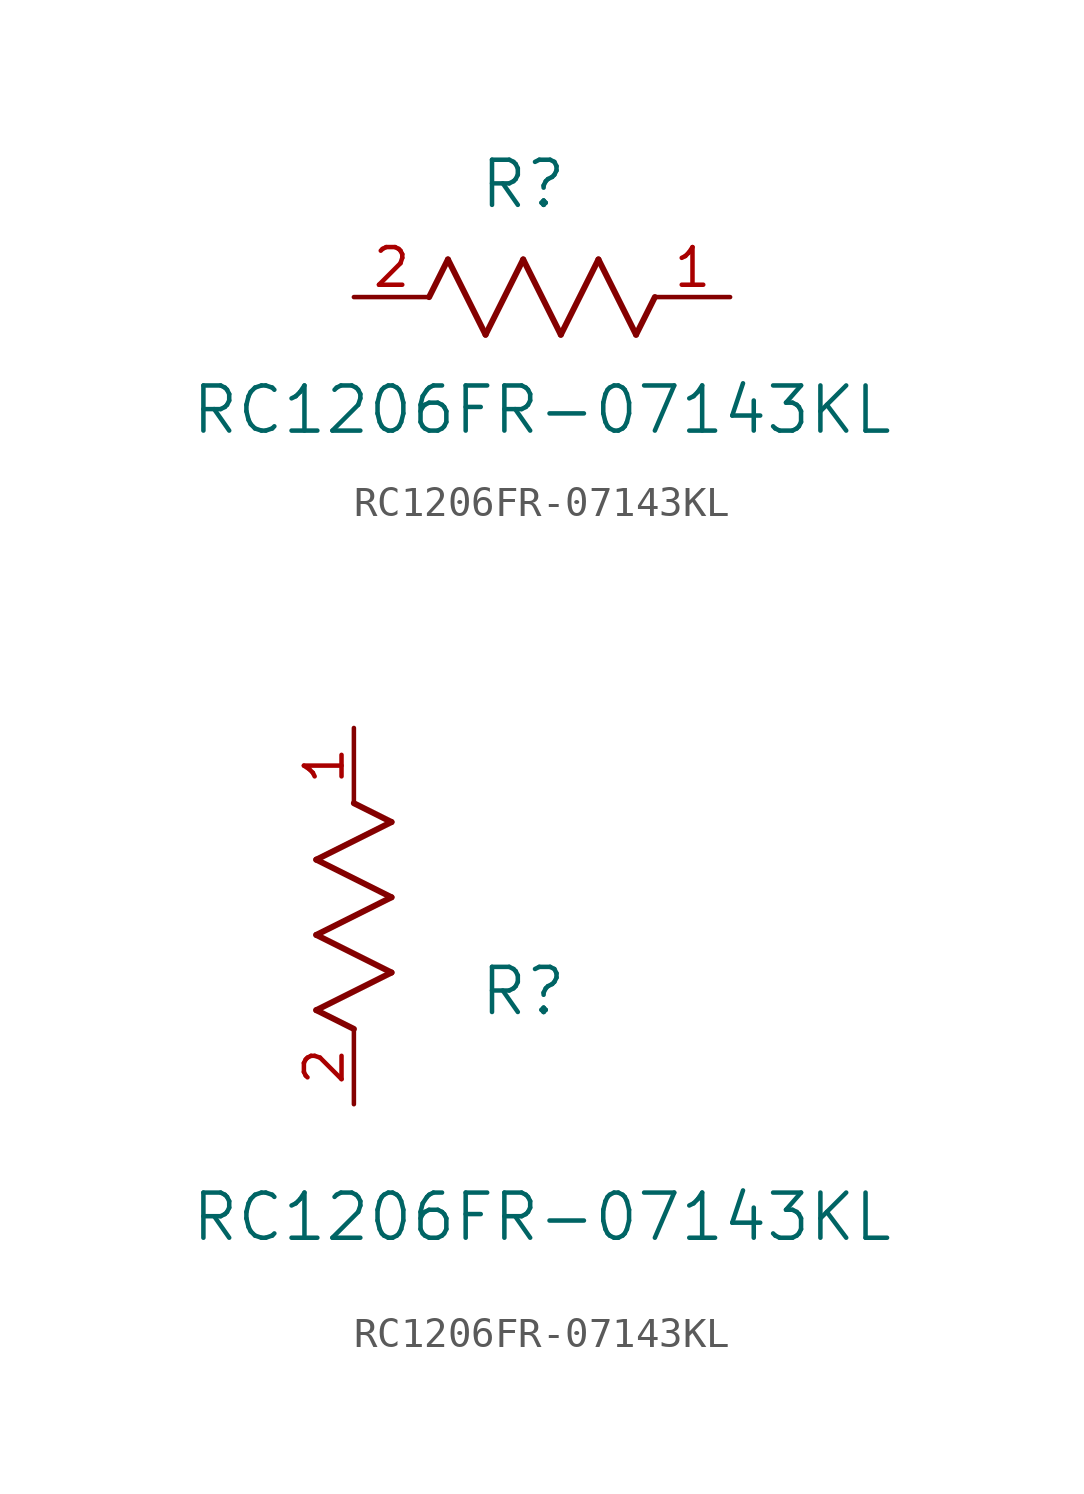
<source format=kicad_sym>
(kicad_symbol_lib
  (version 20211014)
  (generator kicad_symbol_editor)
  (symbol "RC1206FR-07143KL"
    (pin_names
      (offset 0.254))
    (property "Reference" "R"
      (at 5.715 3.81 0)
      (effects (font (size 1.524 1.524))))
    (property "Value" "RC1206FR-07143KL"
      (at 6.35 -3.81 0)
      (effects (font (size 1.524 1.524))))
    (symbol "RC1206FR-07143KL_1_1"
      (polyline (pts (xy 3.175 1.27) (xy 4.445 -1.27)) (stroke (width 0.203) (type default) (color 0 0 0 0)) (fill (type none)))
      (polyline (pts (xy 4.445 -1.27) (xy 5.715 1.27)) (stroke (width 0.203) (type default) (color 0 0 0 0)) (fill (type none)))
      (polyline (pts (xy 5.715 1.27) (xy 6.985 -1.27)) (stroke (width 0.203) (type default) (color 0 0 0 0)) (fill (type none)))
      (polyline (pts (xy 6.985 -1.27) (xy 8.255 1.27)) (stroke (width 0.203) (type default) (color 0 0 0 0)) (fill (type none)))
      (polyline (pts (xy 8.255 1.27) (xy 9.525 -1.27)) (stroke (width 0.203) (type default) (color 0 0 0 0)) (fill (type none)))
      (polyline (pts (xy 2.54 0) (xy 3.175 1.27)) (stroke (width 0.203) (type default) (color 0 0 0 0)) (fill (type none)))
      (polyline (pts (xy 9.525 -1.27) (xy 10.16 0)) (stroke (width 0.203) (type default) (color 0 0 0 0)) (fill (type none)))
      (pin unspecified line (at 12.7 0 180) (length 2.54) (name "" (effects (font (size 1.27 1.27)))) (number "1" (effects (font (size 1.27 1.27)))))
      (pin unspecified line (at 0 0 0) (length 2.54) (name "" (effects (font (size 1.27 1.27)))) (number "2" (effects (font (size 1.27 1.27))))))
    (symbol "RC1206FR-07143KL_1_2"
      (polyline (pts (xy 0 2.54) (xy -1.27 3.175)) (stroke (width 0.203) (type default) (color 0 0 0 0)) (fill (type none)))
      (polyline (pts (xy -1.27 3.175) (xy 1.27 4.445)) (stroke (width 0.203) (type default) (color 0 0 0 0)) (fill (type none)))
      (polyline (pts (xy 1.27 4.445) (xy -1.27 5.715)) (stroke (width 0.203) (type default) (color 0 0 0 0)) (fill (type none)))
      (polyline (pts (xy -1.27 5.715) (xy 1.27 6.985)) (stroke (width 0.203) (type default) (color 0 0 0 0)) (fill (type none)))
      (polyline (pts (xy -1.27 8.255) (xy 1.27 9.525)) (stroke (width 0.203) (type default) (color 0 0 0 0)) (fill (type none)))
      (polyline (pts (xy 1.27 9.525) (xy 0 10.16)) (stroke (width 0.203) (type default) (color 0 0 0 0)) (fill (type none)))
      (polyline (pts (xy 1.27 6.985) (xy -1.27 8.255)) (stroke (width 0.203) (type default) (color 0 0 0 0)) (fill (type none)))
      (pin unspecified line (at 0 12.7 270) (length 2.54) (name "" (effects (font (size 1.27 1.27)))) (number "1" (effects (font (size 1.27 1.27)))))
      (pin unspecified line (at 0 0 90) (length 2.54) (name "" (effects (font (size 1.27 1.27)))) (number "2" (effects (font (size 1.27 1.27))))))))
</source>
